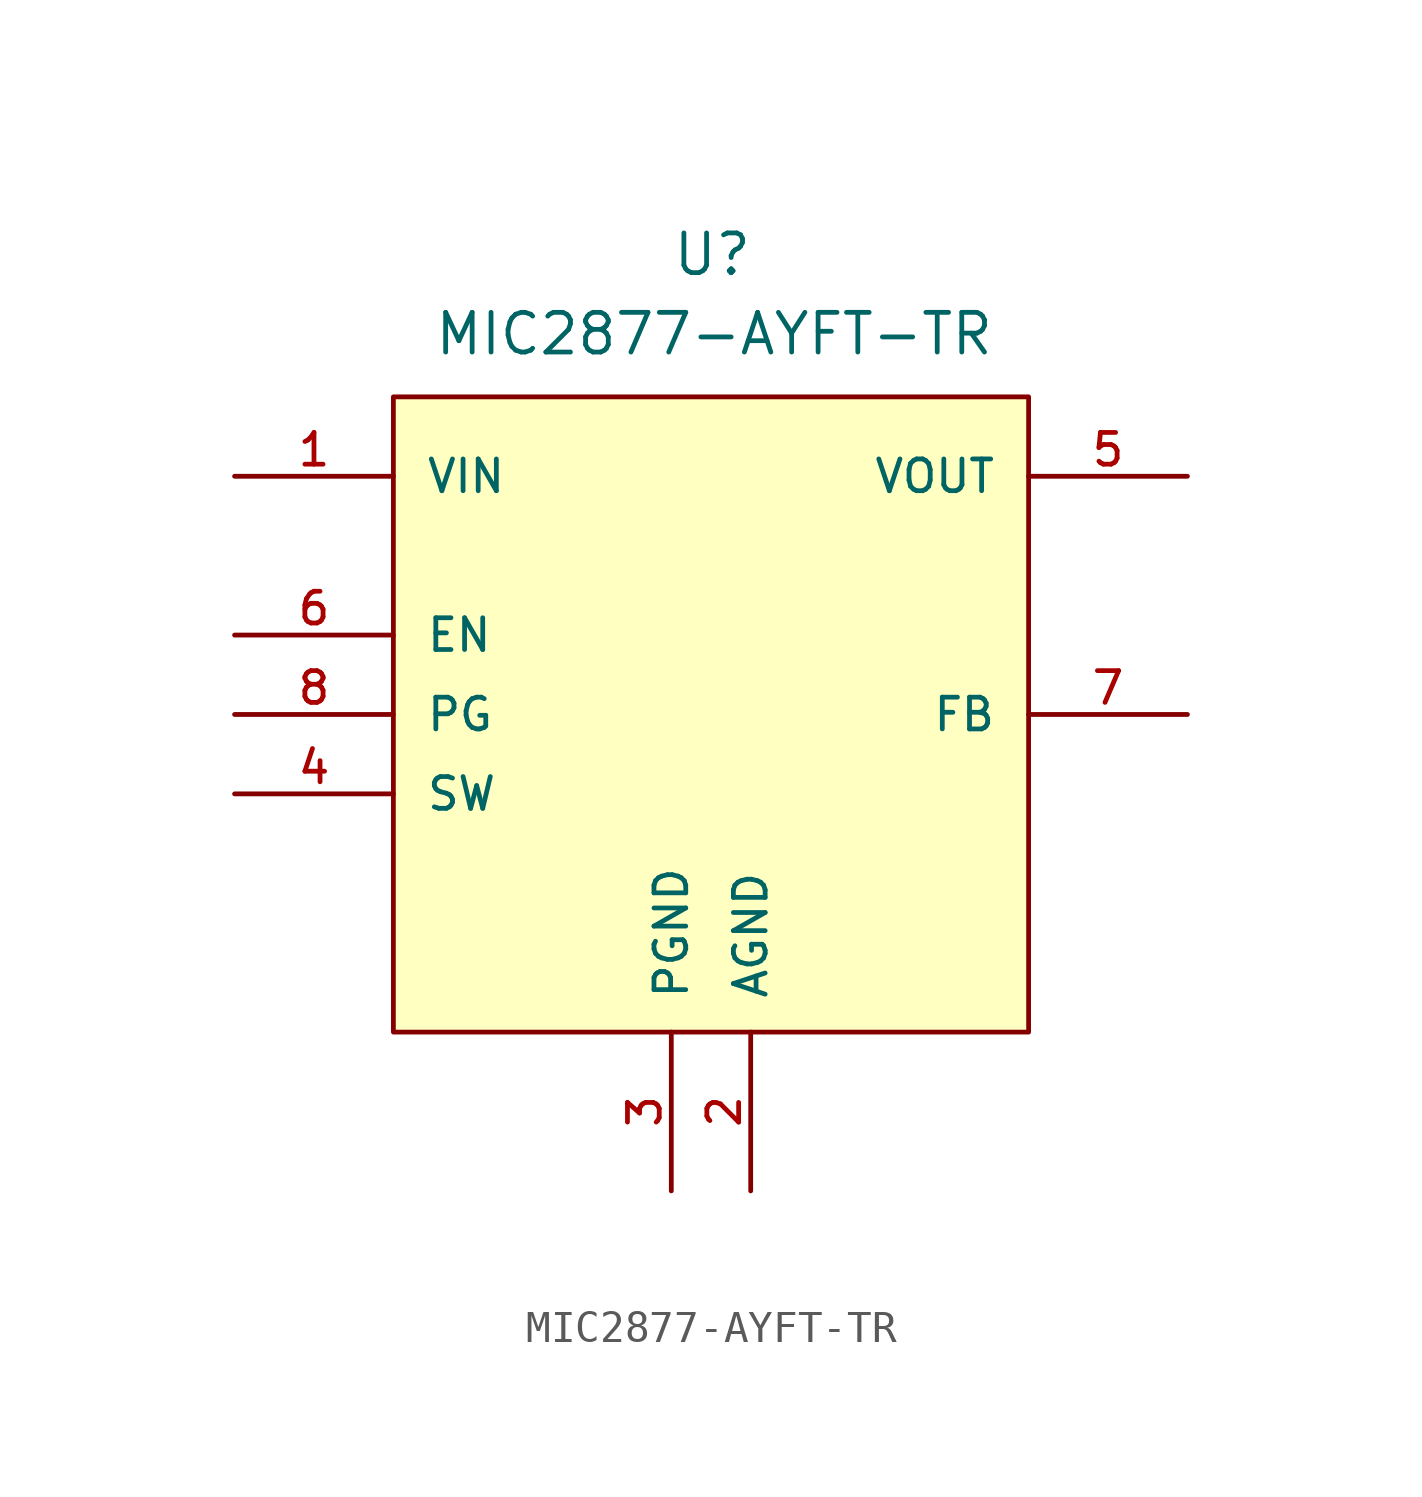
<source format=kicad_sym>
(kicad_symbol_lib
  (version 20211014)
  (generator kicad_symbol_editor)
  (symbol "MIC2877-AYFT-TR"
    (pin_names
      (offset 1.016))
    (property "Reference" "U"
      (at -1.27 13.97 0)
      (effects (font (size 1.27 1.27)) (justify left bottom)))
    (property "Value" "MIC2877-AYFT-TR"
      (at -8.89 11.43 0)
      (effects (font (size 1.27 1.27)) (justify left bottom)))
    (property "ki_locked" ""
      (at 0 0 0)
      (effects (font (size 1.27 1.27))))
    (symbol "MIC2877-AYFT-TR_0_0"
      (rectangle (start -10.16 -10.16) (end 10.16 10.16) (stroke (width 0.152) (type default) (color 0 0 0 0)) (fill (type background)))
      (pin input line (at -15.24 7.62 0) (length 5.08) (name "VIN" (effects (font (size 1.016 1.016)))) (number "1" (effects (font (size 1.016 1.016)))))
      (pin power_in line (at 1.27 -15.24 90) (length 5.08) (name "AGND" (effects (font (size 1.016 1.016)))) (number "2" (effects (font (size 1.016 1.016)))))
      (pin power_in line (at -1.27 -15.24 90) (length 5.08) (name "PGND" (effects (font (size 1.016 1.016)))) (number "3" (effects (font (size 1.016 1.016)))))
      (pin passive line (at -15.24 -2.54 0) (length 5.08) (name "SW" (effects (font (size 1.016 1.016)))) (number "4" (effects (font (size 1.016 1.016)))))
      (pin output line (at 15.24 7.62 180) (length 5.08) (name "VOUT" (effects (font (size 1.016 1.016)))) (number "5" (effects (font (size 1.016 1.016)))))
      (pin input line (at -15.24 2.54 0) (length 5.08) (name "EN" (effects (font (size 1.016 1.016)))) (number "6" (effects (font (size 1.016 1.016)))))
      (pin bidirectional line (at 15.24 0 180) (length 5.08) (name "FB" (effects (font (size 1.016 1.016)))) (number "7" (effects (font (size 1.016 1.016)))))
      (pin output line (at -15.24 0 0) (length 5.08) (name "PG" (effects (font (size 1.016 1.016)))) (number "8" (effects (font (size 1.016 1.016))))))))
</source>
